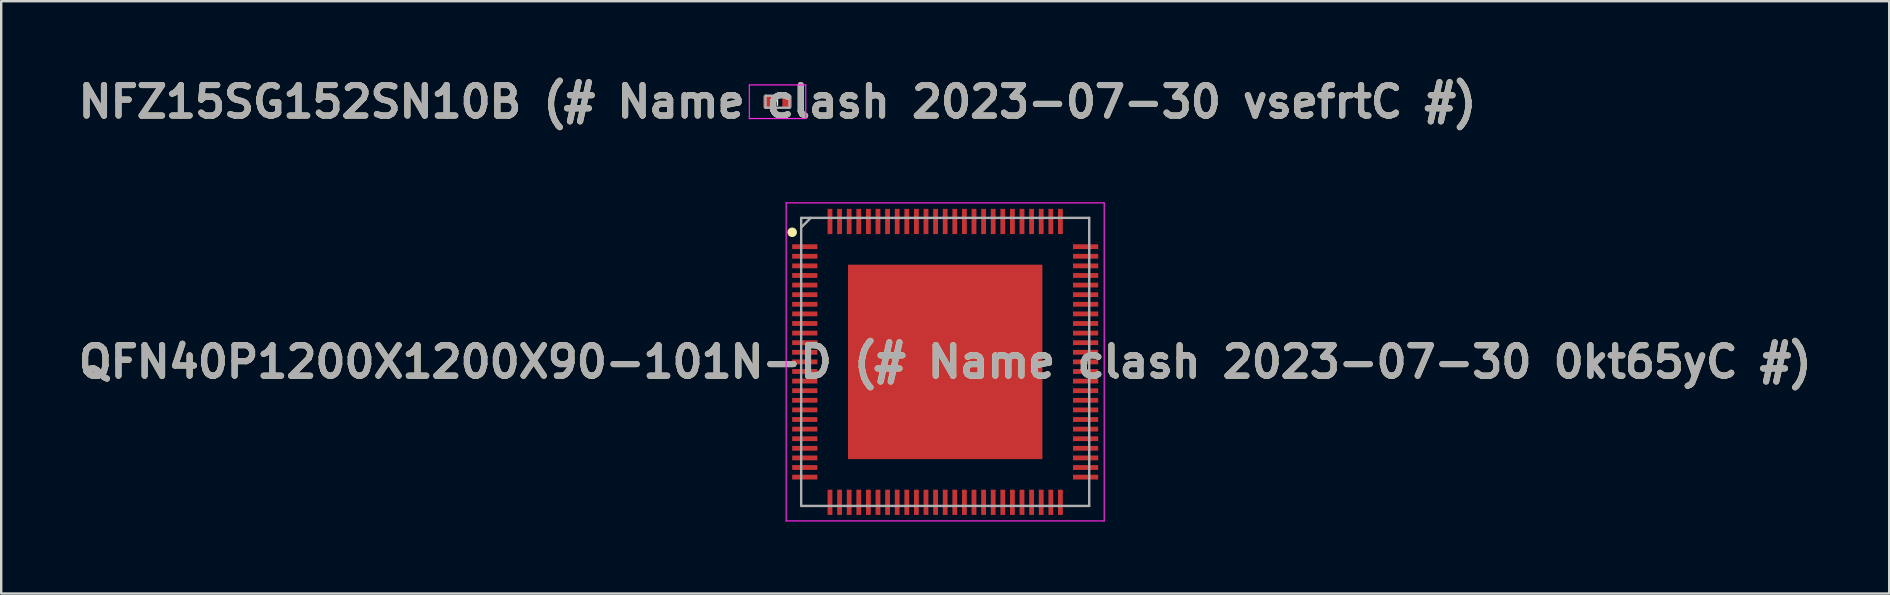
<source format=kicad_pcb>
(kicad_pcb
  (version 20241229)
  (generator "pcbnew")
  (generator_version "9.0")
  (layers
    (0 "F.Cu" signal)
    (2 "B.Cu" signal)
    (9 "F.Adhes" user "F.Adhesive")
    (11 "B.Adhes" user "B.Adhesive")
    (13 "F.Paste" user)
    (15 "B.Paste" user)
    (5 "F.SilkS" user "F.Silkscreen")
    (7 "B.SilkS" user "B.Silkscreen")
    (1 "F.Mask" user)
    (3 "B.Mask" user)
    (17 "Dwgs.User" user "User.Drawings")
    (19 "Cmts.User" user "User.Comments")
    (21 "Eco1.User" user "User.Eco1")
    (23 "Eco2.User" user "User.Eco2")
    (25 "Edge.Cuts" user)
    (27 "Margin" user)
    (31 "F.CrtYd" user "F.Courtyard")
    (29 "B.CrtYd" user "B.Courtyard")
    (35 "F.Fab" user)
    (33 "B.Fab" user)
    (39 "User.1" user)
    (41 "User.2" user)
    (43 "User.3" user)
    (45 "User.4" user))
  (footprint "QFN40P1200X1200X90-101N-D (# Name clash 2023-07-30 0kt65yC #)"
    (layer "F.Cu")
    (at 36.328 12.027)
    (property "Reference" "QFN40P1200X1200X90-101N-D (# Name clash 2023-07-30 0kt65yC #)" (at 0 0 0) (layer "F.SilkS") (effects (font (size 1.27 1.27) (thickness 0.254))))
    (attr smd)
    (fp_circle (center -6.375 -5.4) (end -6.375 -5.3) (stroke (width 0.2) (type solid)) (fill no) (layer "F.SilkS"))
    (fp_line (start -6.625 -6.625) (end 6.625 -6.625) (stroke (width 0.05) (type solid)) (layer "F.CrtYd"))
    (fp_line (start -6.625 6.625) (end -6.625 -6.625) (stroke (width 0.05) (type solid)) (layer "F.CrtYd"))
    (fp_line (start 6.625 -6.625) (end 6.625 6.625) (stroke (width 0.05) (type solid)) (layer "F.CrtYd"))
    (fp_line (start 6.625 6.625) (end -6.625 6.625) (stroke (width 0.05) (type solid)) (layer "F.CrtYd"))
    (fp_line (start -6 -6) (end 6 -6) (stroke (width 0.1) (type solid)) (layer "F.Fab"))
    (fp_line (start -6 -5.6) (end -5.6 -6) (stroke (width 0.1) (type solid)) (layer "F.Fab"))
    (fp_line (start -6 6) (end -6 -6) (stroke (width 0.1) (type solid)) (layer "F.Fab"))
    (fp_line (start 6 -6) (end 6 6) (stroke (width 0.1) (type solid)) (layer "F.Fab"))
    (fp_line (start 6 6) (end -6 6) (stroke (width 0.1) (type solid)) (layer "F.Fab"))
    (fp_text user "${REFERENCE}" (at 0 0 0) (layer "F.Fab") (effects (font (size 1.27 1.27) (thickness 0.254))))
    (pad "1" smd rect (at -5.85 -4.8 90) (size 0.2 1.05) (layers "F.Cu" "F.Mask" "F.Paste"))
    (pad "2" smd rect (at -5.85 -4.4 90) (size 0.2 1.05) (layers "F.Cu" "F.Mask" "F.Paste"))
    (pad "3" smd rect (at -5.85 -4 90) (size 0.2 1.05) (layers "F.Cu" "F.Mask" "F.Paste"))
    (pad "4" smd rect (at -5.85 -3.6 90) (size 0.2 1.05) (layers "F.Cu" "F.Mask" "F.Paste"))
    (pad "5" smd rect (at -5.85 -3.2 90) (size 0.2 1.05) (layers "F.Cu" "F.Mask" "F.Paste"))
    (pad "6" smd rect (at -5.85 -2.8 90) (size 0.2 1.05) (layers "F.Cu" "F.Mask" "F.Paste"))
    (pad "7" smd rect (at -5.85 -2.4 90) (size 0.2 1.05) (layers "F.Cu" "F.Mask" "F.Paste"))
    (pad "8" smd rect (at -5.85 -2 90) (size 0.2 1.05) (layers "F.Cu" "F.Mask" "F.Paste"))
    (pad "9" smd rect (at -5.85 -1.6 90) (size 0.2 1.05) (layers "F.Cu" "F.Mask" "F.Paste"))
    (pad "10" smd rect (at -5.85 -1.2 90) (size 0.2 1.05) (layers "F.Cu" "F.Mask" "F.Paste"))
    (pad "11" smd rect (at -5.85 -0.8 90) (size 0.2 1.05) (layers "F.Cu" "F.Mask" "F.Paste"))
    (pad "12" smd rect (at -5.85 -0.4 90) (size 0.2 1.05) (layers "F.Cu" "F.Mask" "F.Paste"))
    (pad "13" smd rect (at -5.85 0 90) (size 0.2 1.05) (layers "F.Cu" "F.Mask" "F.Paste"))
    (pad "14" smd rect (at -5.85 0.4 90) (size 0.2 1.05) (layers "F.Cu" "F.Mask" "F.Paste"))
    (pad "15" smd rect (at -5.85 0.8 90) (size 0.2 1.05) (layers "F.Cu" "F.Mask" "F.Paste"))
    (pad "16" smd rect (at -5.85 1.2 90) (size 0.2 1.05) (layers "F.Cu" "F.Mask" "F.Paste"))
    (pad "17" smd rect (at -5.85 1.6 90) (size 0.2 1.05) (layers "F.Cu" "F.Mask" "F.Paste"))
    (pad "18" smd rect (at -5.85 2 90) (size 0.2 1.05) (layers "F.Cu" "F.Mask" "F.Paste"))
    (pad "19" smd rect (at -5.85 2.4 90) (size 0.2 1.05) (layers "F.Cu" "F.Mask" "F.Paste"))
    (pad "20" smd rect (at -5.85 2.8 90) (size 0.2 1.05) (layers "F.Cu" "F.Mask" "F.Paste"))
    (pad "21" smd rect (at -5.85 3.2 90) (size 0.2 1.05) (layers "F.Cu" "F.Mask" "F.Paste"))
    (pad "22" smd rect (at -5.85 3.6 90) (size 0.2 1.05) (layers "F.Cu" "F.Mask" "F.Paste"))
    (pad "23" smd rect (at -5.85 4 90) (size 0.2 1.05) (layers "F.Cu" "F.Mask" "F.Paste"))
    (pad "24" smd rect (at -5.85 4.4 90) (size 0.2 1.05) (layers "F.Cu" "F.Mask" "F.Paste"))
    (pad "25" smd rect (at -5.85 4.8 90) (size 0.2 1.05) (layers "F.Cu" "F.Mask" "F.Paste"))
    (pad "26" smd rect (at -4.8 5.85) (size 0.2 1.05) (layers "F.Cu" "F.Mask" "F.Paste"))
    (pad "27" smd rect (at -4.4 5.85) (size 0.2 1.05) (layers "F.Cu" "F.Mask" "F.Paste"))
    (pad "28" smd rect (at -4 5.85) (size 0.2 1.05) (layers "F.Cu" "F.Mask" "F.Paste"))
    (pad "29" smd rect (at -3.6 5.85) (size 0.2 1.05) (layers "F.Cu" "F.Mask" "F.Paste"))
    (pad "30" smd rect (at -3.2 5.85) (size 0.2 1.05) (layers "F.Cu" "F.Mask" "F.Paste"))
    (pad "31" smd rect (at -2.8 5.85) (size 0.2 1.05) (layers "F.Cu" "F.Mask" "F.Paste"))
    (pad "32" smd rect (at -2.4 5.85) (size 0.2 1.05) (layers "F.Cu" "F.Mask" "F.Paste"))
    (pad "33" smd rect (at -2 5.85) (size 0.2 1.05) (layers "F.Cu" "F.Mask" "F.Paste"))
    (pad "34" smd rect (at -1.6 5.85) (size 0.2 1.05) (layers "F.Cu" "F.Mask" "F.Paste"))
    (pad "35" smd rect (at -1.2 5.85) (size 0.2 1.05) (layers "F.Cu" "F.Mask" "F.Paste"))
    (pad "36" smd rect (at -0.8 5.85) (size 0.2 1.05) (layers "F.Cu" "F.Mask" "F.Paste"))
    (pad "37" smd rect (at -0.4 5.85) (size 0.2 1.05) (layers "F.Cu" "F.Mask" "F.Paste"))
    (pad "38" smd rect (at 0 5.85) (size 0.2 1.05) (layers "F.Cu" "F.Mask" "F.Paste"))
    (pad "39" smd rect (at 0.4 5.85) (size 0.2 1.05) (layers "F.Cu" "F.Mask" "F.Paste"))
    (pad "40" smd rect (at 0.8 5.85) (size 0.2 1.05) (layers "F.Cu" "F.Mask" "F.Paste"))
    (pad "41" smd rect (at 1.2 5.85) (size 0.2 1.05) (layers "F.Cu" "F.Mask" "F.Paste"))
    (pad "42" smd rect (at 1.6 5.85) (size 0.2 1.05) (layers "F.Cu" "F.Mask" "F.Paste"))
    (pad "43" smd rect (at 2 5.85) (size 0.2 1.05) (layers "F.Cu" "F.Mask" "F.Paste"))
    (pad "44" smd rect (at 2.4 5.85) (size 0.2 1.05) (layers "F.Cu" "F.Mask" "F.Paste"))
    (pad "45" smd rect (at 2.8 5.85) (size 0.2 1.05) (layers "F.Cu" "F.Mask" "F.Paste"))
    (pad "46" smd rect (at 3.2 5.85) (size 0.2 1.05) (layers "F.Cu" "F.Mask" "F.Paste"))
    (pad "47" smd rect (at 3.6 5.85) (size 0.2 1.05) (layers "F.Cu" "F.Mask" "F.Paste"))
    (pad "48" smd rect (at 4 5.85) (size 0.2 1.05) (layers "F.Cu" "F.Mask" "F.Paste"))
    (pad "49" smd rect (at 4.4 5.85) (size 0.2 1.05) (layers "F.Cu" "F.Mask" "F.Paste"))
    (pad "50" smd rect (at 4.8 5.85) (size 0.2 1.05) (layers "F.Cu" "F.Mask" "F.Paste"))
    (pad "51" smd rect (at 5.85 4.8 90) (size 0.2 1.05) (layers "F.Cu" "F.Mask" "F.Paste"))
    (pad "52" smd rect (at 5.85 4.4 90) (size 0.2 1.05) (layers "F.Cu" "F.Mask" "F.Paste"))
    (pad "53" smd rect (at 5.85 4 90) (size 0.2 1.05) (layers "F.Cu" "F.Mask" "F.Paste"))
    (pad "54" smd rect (at 5.85 3.6 90) (size 0.2 1.05) (layers "F.Cu" "F.Mask" "F.Paste"))
    (pad "55" smd rect (at 5.85 3.2 90) (size 0.2 1.05) (layers "F.Cu" "F.Mask" "F.Paste"))
    (pad "56" smd rect (at 5.85 2.8 90) (size 0.2 1.05) (layers "F.Cu" "F.Mask" "F.Paste"))
    (pad "57" smd rect (at 5.85 2.4 90) (size 0.2 1.05) (layers "F.Cu" "F.Mask" "F.Paste"))
    (pad "58" smd rect (at 5.85 2 90) (size 0.2 1.05) (layers "F.Cu" "F.Mask" "F.Paste"))
    (pad "59" smd rect (at 5.85 1.6 90) (size 0.2 1.05) (layers "F.Cu" "F.Mask" "F.Paste"))
    (pad "60" smd rect (at 5.85 1.2 90) (size 0.2 1.05) (layers "F.Cu" "F.Mask" "F.Paste"))
    (pad "61" smd rect (at 5.85 0.8 90) (size 0.2 1.05) (layers "F.Cu" "F.Mask" "F.Paste"))
    (pad "62" smd rect (at 5.85 0.4 90) (size 0.2 1.05) (layers "F.Cu" "F.Mask" "F.Paste"))
    (pad "63" smd rect (at 5.85 0 90) (size 0.2 1.05) (layers "F.Cu" "F.Mask" "F.Paste"))
    (pad "64" smd rect (at 5.85 -0.4 90) (size 0.2 1.05) (layers "F.Cu" "F.Mask" "F.Paste"))
    (pad "65" smd rect (at 5.85 -0.8 90) (size 0.2 1.05) (layers "F.Cu" "F.Mask" "F.Paste"))
    (pad "66" smd rect (at 5.85 -1.2 90) (size 0.2 1.05) (layers "F.Cu" "F.Mask" "F.Paste"))
    (pad "67" smd rect (at 5.85 -1.6 90) (size 0.2 1.05) (layers "F.Cu" "F.Mask" "F.Paste"))
    (pad "68" smd rect (at 5.85 -2 90) (size 0.2 1.05) (layers "F.Cu" "F.Mask" "F.Paste"))
    (pad "69" smd rect (at 5.85 -2.4 90) (size 0.2 1.05) (layers "F.Cu" "F.Mask" "F.Paste"))
    (pad "70" smd rect (at 5.85 -2.8 90) (size 0.2 1.05) (layers "F.Cu" "F.Mask" "F.Paste"))
    (pad "71" smd rect (at 5.85 -3.2 90) (size 0.2 1.05) (layers "F.Cu" "F.Mask" "F.Paste"))
    (pad "72" smd rect (at 5.85 -3.6 90) (size 0.2 1.05) (layers "F.Cu" "F.Mask" "F.Paste"))
    (pad "73" smd rect (at 5.85 -4 90) (size 0.2 1.05) (layers "F.Cu" "F.Mask" "F.Paste"))
    (pad "74" smd rect (at 5.85 -4.4 90) (size 0.2 1.05) (layers "F.Cu" "F.Mask" "F.Paste"))
    (pad "75" smd rect (at 5.85 -4.8 90) (size 0.2 1.05) (layers "F.Cu" "F.Mask" "F.Paste"))
    (pad "76" smd rect (at 4.8 -5.85) (size 0.2 1.05) (layers "F.Cu" "F.Mask" "F.Paste"))
    (pad "77" smd rect (at 4.4 -5.85) (size 0.2 1.05) (layers "F.Cu" "F.Mask" "F.Paste"))
    (pad "78" smd rect (at 4 -5.85) (size 0.2 1.05) (layers "F.Cu" "F.Mask" "F.Paste"))
    (pad "79" smd rect (at 3.6 -5.85) (size 0.2 1.05) (layers "F.Cu" "F.Mask" "F.Paste"))
    (pad "80" smd rect (at 3.2 -5.85) (size 0.2 1.05) (layers "F.Cu" "F.Mask" "F.Paste"))
    (pad "81" smd rect (at 2.8 -5.85) (size 0.2 1.05) (layers "F.Cu" "F.Mask" "F.Paste"))
    (pad "82" smd rect (at 2.4 -5.85) (size 0.2 1.05) (layers "F.Cu" "F.Mask" "F.Paste"))
    (pad "83" smd rect (at 2 -5.85) (size 0.2 1.05) (layers "F.Cu" "F.Mask" "F.Paste"))
    (pad "84" smd rect (at 1.6 -5.85) (size 0.2 1.05) (layers "F.Cu" "F.Mask" "F.Paste"))
    (pad "85" smd rect (at 1.2 -5.85) (size 0.2 1.05) (layers "F.Cu" "F.Mask" "F.Paste"))
    (pad "86" smd rect (at 0.8 -5.85) (size 0.2 1.05) (layers "F.Cu" "F.Mask" "F.Paste"))
    (pad "87" smd rect (at 0.4 -5.85) (size 0.2 1.05) (layers "F.Cu" "F.Mask" "F.Paste"))
    (pad "88" smd rect (at 0 -5.85) (size 0.2 1.05) (layers "F.Cu" "F.Mask" "F.Paste"))
    (pad "89" smd rect (at -0.4 -5.85) (size 0.2 1.05) (layers "F.Cu" "F.Mask" "F.Paste"))
    (pad "90" smd rect (at -0.8 -5.85) (size 0.2 1.05) (layers "F.Cu" "F.Mask" "F.Paste"))
    (pad "91" smd rect (at -1.2 -5.85) (size 0.2 1.05) (layers "F.Cu" "F.Mask" "F.Paste"))
    (pad "92" smd rect (at -1.6 -5.85) (size 0.2 1.05) (layers "F.Cu" "F.Mask" "F.Paste"))
    (pad "93" smd rect (at -2 -5.85) (size 0.2 1.05) (layers "F.Cu" "F.Mask" "F.Paste"))
    (pad "94" smd rect (at -2.4 -5.85) (size 0.2 1.05) (layers "F.Cu" "F.Mask" "F.Paste"))
    (pad "95" smd rect (at -2.8 -5.85) (size 0.2 1.05) (layers "F.Cu" "F.Mask" "F.Paste"))
    (pad "96" smd rect (at -3.2 -5.85) (size 0.2 1.05) (layers "F.Cu" "F.Mask" "F.Paste"))
    (pad "97" smd rect (at -3.6 -5.85) (size 0.2 1.05) (layers "F.Cu" "F.Mask" "F.Paste"))
    (pad "98" smd rect (at -4 -5.85) (size 0.2 1.05) (layers "F.Cu" "F.Mask" "F.Paste"))
    (pad "99" smd rect (at -4.4 -5.85) (size 0.2 1.05) (layers "F.Cu" "F.Mask" "F.Paste"))
    (pad "100" smd rect (at -4.8 -5.85) (size 0.2 1.05) (layers "F.Cu" "F.Mask" "F.Paste"))
    (pad "101" smd rect (at 0 0) (size 8.1 8.1) (layers "F.Cu" "F.Mask" "F.Paste")))
  (footprint "NFZ15SG152SN10B (# Name clash 2023-07-30 vsefrtC #)"
    (layer "F.Cu")
    (at 29.343 1.189)
    (property "Reference" "NFZ15SG152SN10B (# Name clash 2023-07-30 vsefrtC #)" (at 0 0 0) (layer "F.SilkS") (effects (font (size 1.27 1.27) (thickness 0.254))))
    (attr smd)
    (fp_line (start 0 -0.15) (end 0 0.15) (stroke (width 0.05) (type solid)) (layer "F.SilkS"))
    (fp_line (start -1.175 -0.7) (end 1.175 -0.7) (stroke (width 0.05) (type solid)) (layer "F.CrtYd"))
    (fp_line (start -1.175 0.7) (end -1.175 -0.7) (stroke (width 0.05) (type solid)) (layer "F.CrtYd"))
    (fp_line (start 1.175 -0.7) (end 1.175 0.7) (stroke (width 0.05) (type solid)) (layer "F.CrtYd"))
    (fp_line (start 1.175 0.7) (end -1.175 0.7) (stroke (width 0.05) (type solid)) (layer "F.CrtYd"))
    (fp_line (start -0.5 -0.25) (end 0.5 -0.25) (stroke (width 0.1) (type solid)) (layer "F.Fab"))
    (fp_line (start -0.5 0.25) (end -0.5 -0.25) (stroke (width 0.1) (type solid)) (layer "F.Fab"))
    (fp_line (start 0.5 -0.25) (end 0.5 0.25) (stroke (width 0.1) (type solid)) (layer "F.Fab"))
    (fp_line (start 0.5 0.25) (end -0.5 0.25) (stroke (width 0.1) (type solid)) (layer "F.Fab"))
    (fp_text user "${REFERENCE}" (at 0 0 0) (layer "F.Fab") (effects (font (size 1.27 1.27) (thickness 0.254))))
    (pad "1" smd rect (at -0.4 0) (size 0.4 0.5) (layers "F.Cu" "F.Mask" "F.Paste"))
    (pad "2" smd rect (at 0.4 0) (size 0.4 0.5) (layers "F.Cu" "F.Mask" "F.Paste")))
  (gr_rect
    (start -3 -3)
    (end 75.656 21.677)
    (stroke (width 0.1) (type default))
    (fill no)
    (layer "Edge.Cuts")))
</source>
